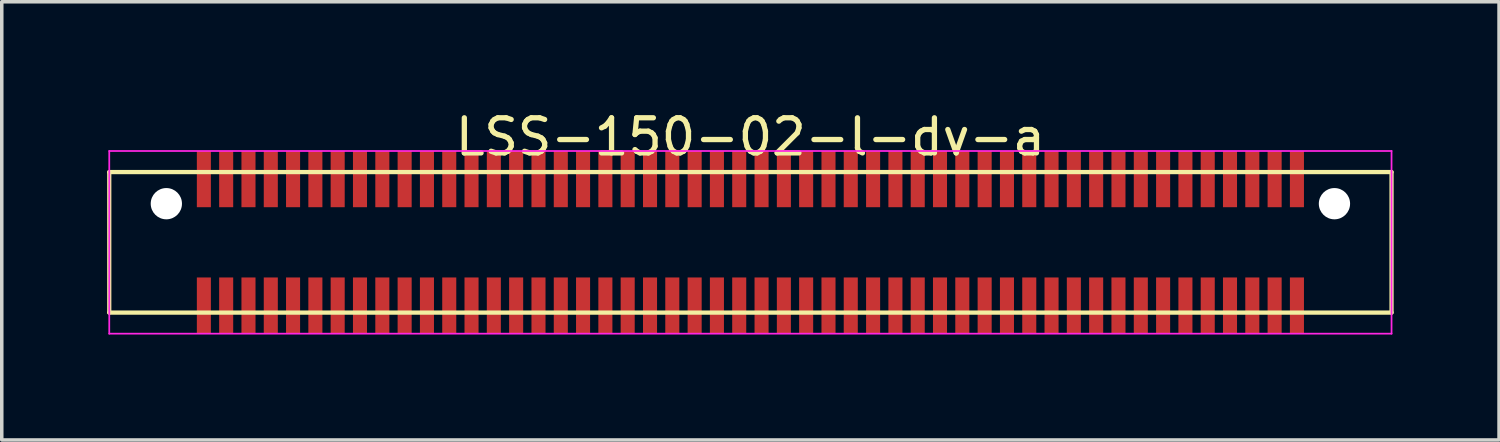
<source format=kicad_pcb>
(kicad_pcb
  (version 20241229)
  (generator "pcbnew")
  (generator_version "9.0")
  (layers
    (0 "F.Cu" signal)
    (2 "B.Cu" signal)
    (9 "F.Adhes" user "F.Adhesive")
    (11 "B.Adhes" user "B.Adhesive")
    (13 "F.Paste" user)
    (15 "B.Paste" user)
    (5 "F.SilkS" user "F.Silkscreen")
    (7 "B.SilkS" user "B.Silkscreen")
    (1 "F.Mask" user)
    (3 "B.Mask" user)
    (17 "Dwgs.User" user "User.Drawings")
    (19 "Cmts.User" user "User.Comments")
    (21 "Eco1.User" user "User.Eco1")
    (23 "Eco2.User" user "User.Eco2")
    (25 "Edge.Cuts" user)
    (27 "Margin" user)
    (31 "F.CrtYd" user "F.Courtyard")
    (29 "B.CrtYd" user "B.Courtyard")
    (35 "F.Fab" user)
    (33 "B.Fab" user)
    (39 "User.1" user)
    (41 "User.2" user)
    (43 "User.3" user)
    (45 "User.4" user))
  (footprint "LSS-150-02-l-dv-a"
    (layer "F.Cu")
    (at 18.31 3.848)
    (property "Reference" "LSS-150-02-l-dv-a" (at 0 -3 0) (layer "F.SilkS") (effects (font (size 1 1) (thickness 0.15))))
    (attr through_hole)
    (fp_line (start -18.25 -2) (end -18.25 2) (stroke (width 0.12) (type solid)) (layer "F.SilkS"))
    (fp_line (start -18.25 2) (end 18.25 2) (stroke (width 0.12) (type solid)) (layer "F.SilkS"))
    (fp_line (start 18.25 -2) (end -18.25 -2) (stroke (width 0.12) (type solid)) (layer "F.SilkS"))
    (fp_line (start 18.25 2) (end 18.25 -2) (stroke (width 0.12) (type solid)) (layer "F.SilkS"))
    (fp_line (start -18.25 -2.6) (end -18.25 2.6) (stroke (width 0.05) (type solid)) (layer "F.CrtYd"))
    (fp_line (start -18.25 2.6) (end 18.25 2.6) (stroke (width 0.05) (type solid)) (layer "F.CrtYd"))
    (fp_line (start 18.25 -2.6) (end -18.25 -2.6) (stroke (width 0.05) (type solid)) (layer "F.CrtYd"))
    (fp_line (start 18.25 2.6) (end 18.25 -2.6) (stroke (width 0.05) (type solid)) (layer "F.CrtYd"))
    (pad "" np_thru_hole circle (at -16.625 -1.1) (size 0.89 0.89) (drill 0.89) (layers "*.Cu" "*.Mask"))
    (pad "" np_thru_hole circle (at 16.625 -1.1) (size 0.89 0.89) (drill 0.89) (layers "*.Cu" "*.Mask"))
    (pad "1" smd rect (at -15.557 -1.8) (size 0.4 1.6) (layers "F.Cu" "F.Mask" "F.Paste"))
    (pad "2" smd rect (at -15.557 1.8) (size 0.4 1.6) (layers "F.Cu" "F.Mask" "F.Paste"))
    (pad "3" smd rect (at -14.922 -1.8) (size 0.4 1.6) (layers "F.Cu" "F.Mask" "F.Paste"))
    (pad "4" smd rect (at -14.922 1.8) (size 0.4 1.6) (layers "F.Cu" "F.Mask" "F.Paste"))
    (pad "5" smd rect (at -14.287 -1.8) (size 0.4 1.6) (layers "F.Cu" "F.Mask" "F.Paste"))
    (pad "6" smd rect (at -14.287 1.8) (size 0.4 1.6) (layers "F.Cu" "F.Mask" "F.Paste"))
    (pad "7" smd rect (at -13.652 -1.8) (size 0.4 1.6) (layers "F.Cu" "F.Mask" "F.Paste"))
    (pad "8" smd rect (at -13.652 1.8) (size 0.4 1.6) (layers "F.Cu" "F.Mask" "F.Paste"))
    (pad "9" smd rect (at -13.018 -1.8) (size 0.4 1.6) (layers "F.Cu" "F.Mask" "F.Paste"))
    (pad "10" smd rect (at -13.018 1.8) (size 0.4 1.6) (layers "F.Cu" "F.Mask" "F.Paste"))
    (pad "11" smd rect (at -12.383 -1.8) (size 0.4 1.6) (layers "F.Cu" "F.Mask" "F.Paste"))
    (pad "12" smd rect (at -12.383 1.8) (size 0.4 1.6) (layers "F.Cu" "F.Mask" "F.Paste"))
    (pad "13" smd rect (at -11.748 -1.8) (size 0.4 1.6) (layers "F.Cu" "F.Mask" "F.Paste"))
    (pad "14" smd rect (at -11.748 1.8) (size 0.4 1.6) (layers "F.Cu" "F.Mask" "F.Paste"))
    (pad "15" smd rect (at -11.113 -1.8) (size 0.4 1.6) (layers "F.Cu" "F.Mask" "F.Paste"))
    (pad "16" smd rect (at -11.113 1.8) (size 0.4 1.6) (layers "F.Cu" "F.Mask" "F.Paste"))
    (pad "17" smd rect (at -10.477 -1.8) (size 0.4 1.6) (layers "F.Cu" "F.Mask" "F.Paste"))
    (pad "18" smd rect (at -10.477 1.8) (size 0.4 1.6) (layers "F.Cu" "F.Mask" "F.Paste"))
    (pad "19" smd rect (at -9.842 -1.8) (size 0.4 1.6) (layers "F.Cu" "F.Mask" "F.Paste"))
    (pad "20" smd rect (at -9.842 1.8) (size 0.4 1.6) (layers "F.Cu" "F.Mask" "F.Paste"))
    (pad "21" smd rect (at -9.207 -1.8) (size 0.4 1.6) (layers "F.Cu" "F.Mask" "F.Paste"))
    (pad "22" smd rect (at -9.207 1.8) (size 0.4 1.6) (layers "F.Cu" "F.Mask" "F.Paste"))
    (pad "23" smd rect (at -8.572 -1.8) (size 0.4 1.6) (layers "F.Cu" "F.Mask" "F.Paste"))
    (pad "24" smd rect (at -8.572 1.8) (size 0.4 1.6) (layers "F.Cu" "F.Mask" "F.Paste"))
    (pad "25" smd rect (at -7.938 -1.8) (size 0.4 1.6) (layers "F.Cu" "F.Mask" "F.Paste"))
    (pad "26" smd rect (at -7.938 1.8) (size 0.4 1.6) (layers "F.Cu" "F.Mask" "F.Paste"))
    (pad "27" smd rect (at -7.303 -1.8) (size 0.4 1.6) (layers "F.Cu" "F.Mask" "F.Paste"))
    (pad "28" smd rect (at -7.303 1.8) (size 0.4 1.6) (layers "F.Cu" "F.Mask" "F.Paste"))
    (pad "29" smd rect (at -6.668 -1.8) (size 0.4 1.6) (layers "F.Cu" "F.Mask" "F.Paste"))
    (pad "30" smd rect (at -6.668 1.8) (size 0.4 1.6) (layers "F.Cu" "F.Mask" "F.Paste"))
    (pad "31" smd rect (at -6.032 -1.8) (size 0.4 1.6) (layers "F.Cu" "F.Mask" "F.Paste"))
    (pad "32" smd rect (at -6.032 1.8) (size 0.4 1.6) (layers "F.Cu" "F.Mask" "F.Paste"))
    (pad "33" smd rect (at -5.397 -1.8) (size 0.4 1.6) (layers "F.Cu" "F.Mask" "F.Paste"))
    (pad "34" smd rect (at -5.397 1.8) (size 0.4 1.6) (layers "F.Cu" "F.Mask" "F.Paste"))
    (pad "35" smd rect (at -4.763 -1.8) (size 0.4 1.6) (layers "F.Cu" "F.Mask" "F.Paste"))
    (pad "36" smd rect (at -4.763 1.8) (size 0.4 1.6) (layers "F.Cu" "F.Mask" "F.Paste"))
    (pad "37" smd rect (at -4.128 -1.8) (size 0.4 1.6) (layers "F.Cu" "F.Mask" "F.Paste"))
    (pad "38" smd rect (at -4.128 1.8) (size 0.4 1.6) (layers "F.Cu" "F.Mask" "F.Paste"))
    (pad "39" smd rect (at -3.493 -1.8) (size 0.4 1.6) (layers "F.Cu" "F.Mask" "F.Paste"))
    (pad "40" smd rect (at -3.493 1.8) (size 0.4 1.6) (layers "F.Cu" "F.Mask" "F.Paste"))
    (pad "41" smd rect (at -2.857 -1.8) (size 0.4 1.6) (layers "F.Cu" "F.Mask" "F.Paste"))
    (pad "42" smd rect (at -2.857 1.8) (size 0.4 1.6) (layers "F.Cu" "F.Mask" "F.Paste"))
    (pad "43" smd rect (at -2.223 -1.8) (size 0.4 1.6) (layers "F.Cu" "F.Mask" "F.Paste"))
    (pad "44" smd rect (at -2.223 1.8) (size 0.4 1.6) (layers "F.Cu" "F.Mask" "F.Paste"))
    (pad "45" smd rect (at -1.587 -1.8) (size 0.4 1.6) (layers "F.Cu" "F.Mask" "F.Paste"))
    (pad "46" smd rect (at -1.587 1.8) (size 0.4 1.6) (layers "F.Cu" "F.Mask" "F.Paste"))
    (pad "47" smd rect (at -0.953 -1.8) (size 0.4 1.6) (layers "F.Cu" "F.Mask" "F.Paste"))
    (pad "48" smd rect (at -0.953 1.8) (size 0.4 1.6) (layers "F.Cu" "F.Mask" "F.Paste"))
    (pad "49" smd rect (at -0.318 -1.8) (size 0.4 1.6) (layers "F.Cu" "F.Mask" "F.Paste"))
    (pad "50" smd rect (at -0.318 1.8) (size 0.4 1.6) (layers "F.Cu" "F.Mask" "F.Paste"))
    (pad "51" smd rect (at 0.318 -1.8) (size 0.4 1.6) (layers "F.Cu" "F.Mask" "F.Paste"))
    (pad "52" smd rect (at 0.318 1.8) (size 0.4 1.6) (layers "F.Cu" "F.Mask" "F.Paste"))
    (pad "53" smd rect (at 0.953 -1.8) (size 0.4 1.6) (layers "F.Cu" "F.Mask" "F.Paste"))
    (pad "54" smd rect (at 0.953 1.8) (size 0.4 1.6) (layers "F.Cu" "F.Mask" "F.Paste"))
    (pad "55" smd rect (at 1.587 -1.8) (size 0.4 1.6) (layers "F.Cu" "F.Mask" "F.Paste"))
    (pad "56" smd rect (at 1.587 1.8) (size 0.4 1.6) (layers "F.Cu" "F.Mask" "F.Paste"))
    (pad "57" smd rect (at 2.223 -1.8) (size 0.4 1.6) (layers "F.Cu" "F.Mask" "F.Paste"))
    (pad "58" smd rect (at 2.223 1.8) (size 0.4 1.6) (layers "F.Cu" "F.Mask" "F.Paste"))
    (pad "59" smd rect (at 2.857 -1.8) (size 0.4 1.6) (layers "F.Cu" "F.Mask" "F.Paste"))
    (pad "60" smd rect (at 2.857 1.8) (size 0.4 1.6) (layers "F.Cu" "F.Mask" "F.Paste"))
    (pad "61" smd rect (at 3.493 -1.8) (size 0.4 1.6) (layers "F.Cu" "F.Mask" "F.Paste"))
    (pad "62" smd rect (at 3.493 1.8) (size 0.4 1.6) (layers "F.Cu" "F.Mask" "F.Paste"))
    (pad "63" smd rect (at 4.128 -1.8) (size 0.4 1.6) (layers "F.Cu" "F.Mask" "F.Paste"))
    (pad "64" smd rect (at 4.128 1.8) (size 0.4 1.6) (layers "F.Cu" "F.Mask" "F.Paste"))
    (pad "65" smd rect (at 4.763 -1.8) (size 0.4 1.6) (layers "F.Cu" "F.Mask" "F.Paste"))
    (pad "66" smd rect (at 4.763 1.8) (size 0.4 1.6) (layers "F.Cu" "F.Mask" "F.Paste"))
    (pad "67" smd rect (at 5.397 -1.8) (size 0.4 1.6) (layers "F.Cu" "F.Mask" "F.Paste"))
    (pad "68" smd rect (at 5.397 1.8) (size 0.4 1.6) (layers "F.Cu" "F.Mask" "F.Paste"))
    (pad "69" smd rect (at 6.032 -1.8) (size 0.4 1.6) (layers "F.Cu" "F.Mask" "F.Paste"))
    (pad "70" smd rect (at 6.032 1.8) (size 0.4 1.6) (layers "F.Cu" "F.Mask" "F.Paste"))
    (pad "71" smd rect (at 6.668 -1.8) (size 0.4 1.6) (layers "F.Cu" "F.Mask" "F.Paste"))
    (pad "72" smd rect (at 6.668 1.8) (size 0.4 1.6) (layers "F.Cu" "F.Mask" "F.Paste"))
    (pad "73" smd rect (at 7.303 -1.8) (size 0.4 1.6) (layers "F.Cu" "F.Mask" "F.Paste"))
    (pad "74" smd rect (at 7.303 1.8) (size 0.4 1.6) (layers "F.Cu" "F.Mask" "F.Paste"))
    (pad "75" smd rect (at 7.938 -1.8) (size 0.4 1.6) (layers "F.Cu" "F.Mask" "F.Paste"))
    (pad "76" smd rect (at 7.938 1.8) (size 0.4 1.6) (layers "F.Cu" "F.Mask" "F.Paste"))
    (pad "77" smd rect (at 8.572 -1.8) (size 0.4 1.6) (layers "F.Cu" "F.Mask" "F.Paste"))
    (pad "78" smd rect (at 8.572 1.8) (size 0.4 1.6) (layers "F.Cu" "F.Mask" "F.Paste"))
    (pad "79" smd rect (at 9.207 -1.8) (size 0.4 1.6) (layers "F.Cu" "F.Mask" "F.Paste"))
    (pad "80" smd rect (at 9.207 1.8) (size 0.4 1.6) (layers "F.Cu" "F.Mask" "F.Paste"))
    (pad "81" smd rect (at 9.842 -1.8) (size 0.4 1.6) (layers "F.Cu" "F.Mask" "F.Paste"))
    (pad "82" smd rect (at 9.842 1.8) (size 0.4 1.6) (layers "F.Cu" "F.Mask" "F.Paste"))
    (pad "83" smd rect (at 10.477 -1.8) (size 0.4 1.6) (layers "F.Cu" "F.Mask" "F.Paste"))
    (pad "84" smd rect (at 10.477 1.8) (size 0.4 1.6) (layers "F.Cu" "F.Mask" "F.Paste"))
    (pad "85" smd rect (at 11.113 -1.8) (size 0.4 1.6) (layers "F.Cu" "F.Mask" "F.Paste"))
    (pad "86" smd rect (at 11.113 1.8) (size 0.4 1.6) (layers "F.Cu" "F.Mask" "F.Paste"))
    (pad "87" smd rect (at 11.748 -1.8) (size 0.4 1.6) (layers "F.Cu" "F.Mask" "F.Paste"))
    (pad "88" smd rect (at 11.748 1.8) (size 0.4 1.6) (layers "F.Cu" "F.Mask" "F.Paste"))
    (pad "89" smd rect (at 12.383 -1.8) (size 0.4 1.6) (layers "F.Cu" "F.Mask" "F.Paste"))
    (pad "90" smd rect (at 12.383 1.8) (size 0.4 1.6) (layers "F.Cu" "F.Mask" "F.Paste"))
    (pad "91" smd rect (at 13.018 -1.8) (size 0.4 1.6) (layers "F.Cu" "F.Mask" "F.Paste"))
    (pad "92" smd rect (at 13.018 1.8) (size 0.4 1.6) (layers "F.Cu" "F.Mask" "F.Paste"))
    (pad "93" smd rect (at 13.652 -1.8) (size 0.4 1.6) (layers "F.Cu" "F.Mask" "F.Paste"))
    (pad "94" smd rect (at 13.652 1.8) (size 0.4 1.6) (layers "F.Cu" "F.Mask" "F.Paste"))
    (pad "95" smd rect (at 14.287 -1.8) (size 0.4 1.6) (layers "F.Cu" "F.Mask" "F.Paste"))
    (pad "96" smd rect (at 14.287 1.8) (size 0.4 1.6) (layers "F.Cu" "F.Mask" "F.Paste"))
    (pad "97" smd rect (at 14.922 -1.8) (size 0.4 1.6) (layers "F.Cu" "F.Mask" "F.Paste"))
    (pad "98" smd rect (at 14.922 1.8) (size 0.4 1.6) (layers "F.Cu" "F.Mask" "F.Paste"))
    (pad "99" smd rect (at 15.557 -1.8) (size 0.4 1.6) (layers "F.Cu" "F.Mask" "F.Paste"))
    (pad "100" smd rect (at 15.557 1.8) (size 0.4 1.6) (layers "F.Cu" "F.Mask" "F.Paste")))
  (gr_rect
    (start -3 -3)
    (end 39.62 9.473)
    (stroke (width 0.1) (type default))
    (fill no)
    (layer "Edge.Cuts")))
</source>
